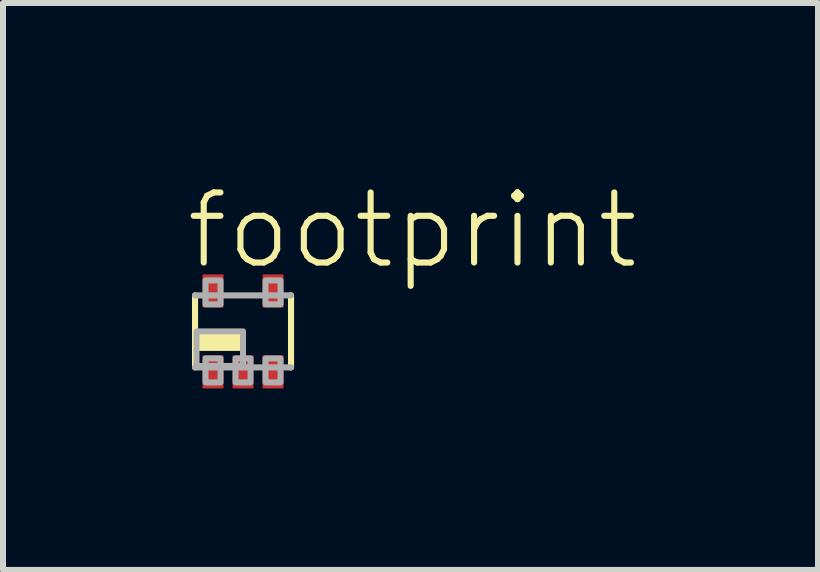
<source format=kicad_pcb>
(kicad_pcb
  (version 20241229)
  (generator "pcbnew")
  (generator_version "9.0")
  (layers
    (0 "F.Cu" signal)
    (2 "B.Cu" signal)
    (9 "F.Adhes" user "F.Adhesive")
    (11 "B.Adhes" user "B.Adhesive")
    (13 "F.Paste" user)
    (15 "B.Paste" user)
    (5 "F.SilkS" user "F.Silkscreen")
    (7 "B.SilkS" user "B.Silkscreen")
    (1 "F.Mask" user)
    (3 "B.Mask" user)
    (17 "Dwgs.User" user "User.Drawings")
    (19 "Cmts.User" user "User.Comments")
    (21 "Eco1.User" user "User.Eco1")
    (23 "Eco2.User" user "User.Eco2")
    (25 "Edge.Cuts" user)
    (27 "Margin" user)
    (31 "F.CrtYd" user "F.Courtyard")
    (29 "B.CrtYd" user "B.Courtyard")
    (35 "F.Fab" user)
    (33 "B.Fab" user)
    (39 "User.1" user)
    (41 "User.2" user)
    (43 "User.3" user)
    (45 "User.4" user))
  (footprint "footprint"
    (layer "F.Cu")
    (at 1 2.473)
    (property "Reference" "footprint" (at -1 -1 0) (layer "F.SilkS") (effects (font (size 1.168 1.168) (thickness 0.102)) (justify left bottom)))
    (fp_poly (pts (xy -0.7 0.975) (xy -0.3 0.975) (xy -0.3 0.375) (xy -0.7 0.375)) (stroke (width 0) (type solid)) (fill yes) (layer "F.Mask"))
    (fp_poly (pts (xy -0.3 -0.975) (xy -0.7 -0.975) (xy -0.7 -0.375) (xy -0.3 -0.375)) (stroke (width 0) (type solid)) (fill yes) (layer "F.Mask"))
    (fp_poly (pts (xy -0.2 0.975) (xy 0.2 0.975) (xy 0.2 0.375) (xy -0.2 0.375)) (stroke (width 0) (type solid)) (fill yes) (layer "F.Mask"))
    (fp_poly (pts (xy 0.3 0.975) (xy 0.7 0.975) (xy 0.7 0.375) (xy 0.3 0.375)) (stroke (width 0) (type solid)) (fill yes) (layer "F.Mask"))
    (fp_poly (pts (xy 0.7 -0.975) (xy 0.3 -0.975) (xy 0.3 -0.375) (xy 0.7 -0.375)) (stroke (width 0) (type solid)) (fill yes) (layer "F.Mask"))
    (fp_line (start -0.8 0.6) (end -0.8 -0.6) (stroke (width 0.102) (type solid)) (layer "F.SilkS"))
    (fp_line (start 0.8 -0.6) (end 0.8 0.6) (stroke (width 0.102) (type solid)) (layer "F.SilkS"))
    (fp_poly (pts (xy -0.75 0.325) (xy 0 0.325) (xy 0 0) (xy -0.75 0)) (stroke (width 0) (type solid)) (fill yes) (layer "F.SilkS"))
    (fp_line (start -0.8 -0.6) (end 0.8 -0.6) (stroke (width 0.102) (type solid)) (layer "F.Fab"))
    (fp_line (start 0.8 0.6) (end -0.8 0.6) (stroke (width 0.102) (type solid)) (layer "F.Fab"))
    (fp_poly (pts (xy -0.775 0.575) (xy 0 0.575) (xy 0 0) (xy -0.775 0)) (stroke (width 0.1) (type solid)) (fill no) (layer "F.Fab"))
    (fp_poly (pts (xy -0.625 0.85) (xy -0.375 0.85) (xy -0.375 0.45) (xy -0.625 0.45)) (stroke (width 0.1) (type solid)) (fill no) (layer "F.Fab"))
    (fp_poly (pts (xy -0.375 -0.85) (xy -0.625 -0.85) (xy -0.625 -0.45) (xy -0.375 -0.45)) (stroke (width 0.1) (type solid)) (fill no) (layer "F.Fab"))
    (fp_poly (pts (xy -0.125 0.85) (xy 0.125 0.85) (xy 0.125 0.45) (xy -0.125 0.45)) (stroke (width 0.1) (type solid)) (fill no) (layer "F.Fab"))
    (fp_poly (pts (xy 0.375 0.85) (xy 0.625 0.85) (xy 0.625 0.45) (xy 0.375 0.45)) (stroke (width 0.1) (type solid)) (fill no) (layer "F.Fab"))
    (fp_poly (pts (xy 0.625 -0.85) (xy 0.375 -0.85) (xy 0.375 -0.45) (xy 0.625 -0.45)) (stroke (width 0.1) (type solid)) (fill no) (layer "F.Fab"))
    (pad "1" smd rect (at -0.5 0.675) (size 0.35 0.55) (layers "F.Cu" "F.Paste"))
    (pad "2" smd rect (at 0 0.675) (size 0.35 0.55) (layers "F.Cu" "F.Paste"))
    (pad "3" smd rect (at 0.5 0.675) (size 0.35 0.55) (layers "F.Cu" "F.Paste"))
    (pad "4" smd rect (at 0.5 -0.675 180) (size 0.35 0.55) (layers "F.Cu" "F.Paste"))
    (pad "5" smd rect (at -0.5 -0.675 180) (size 0.35 0.55) (layers "F.Cu" "F.Paste")))
  (gr_rect
    (start -3 -3)
    (end 10.582 6.448)
    (stroke (width 0.1) (type default))
    (fill no)
    (layer "Edge.Cuts")))
</source>
